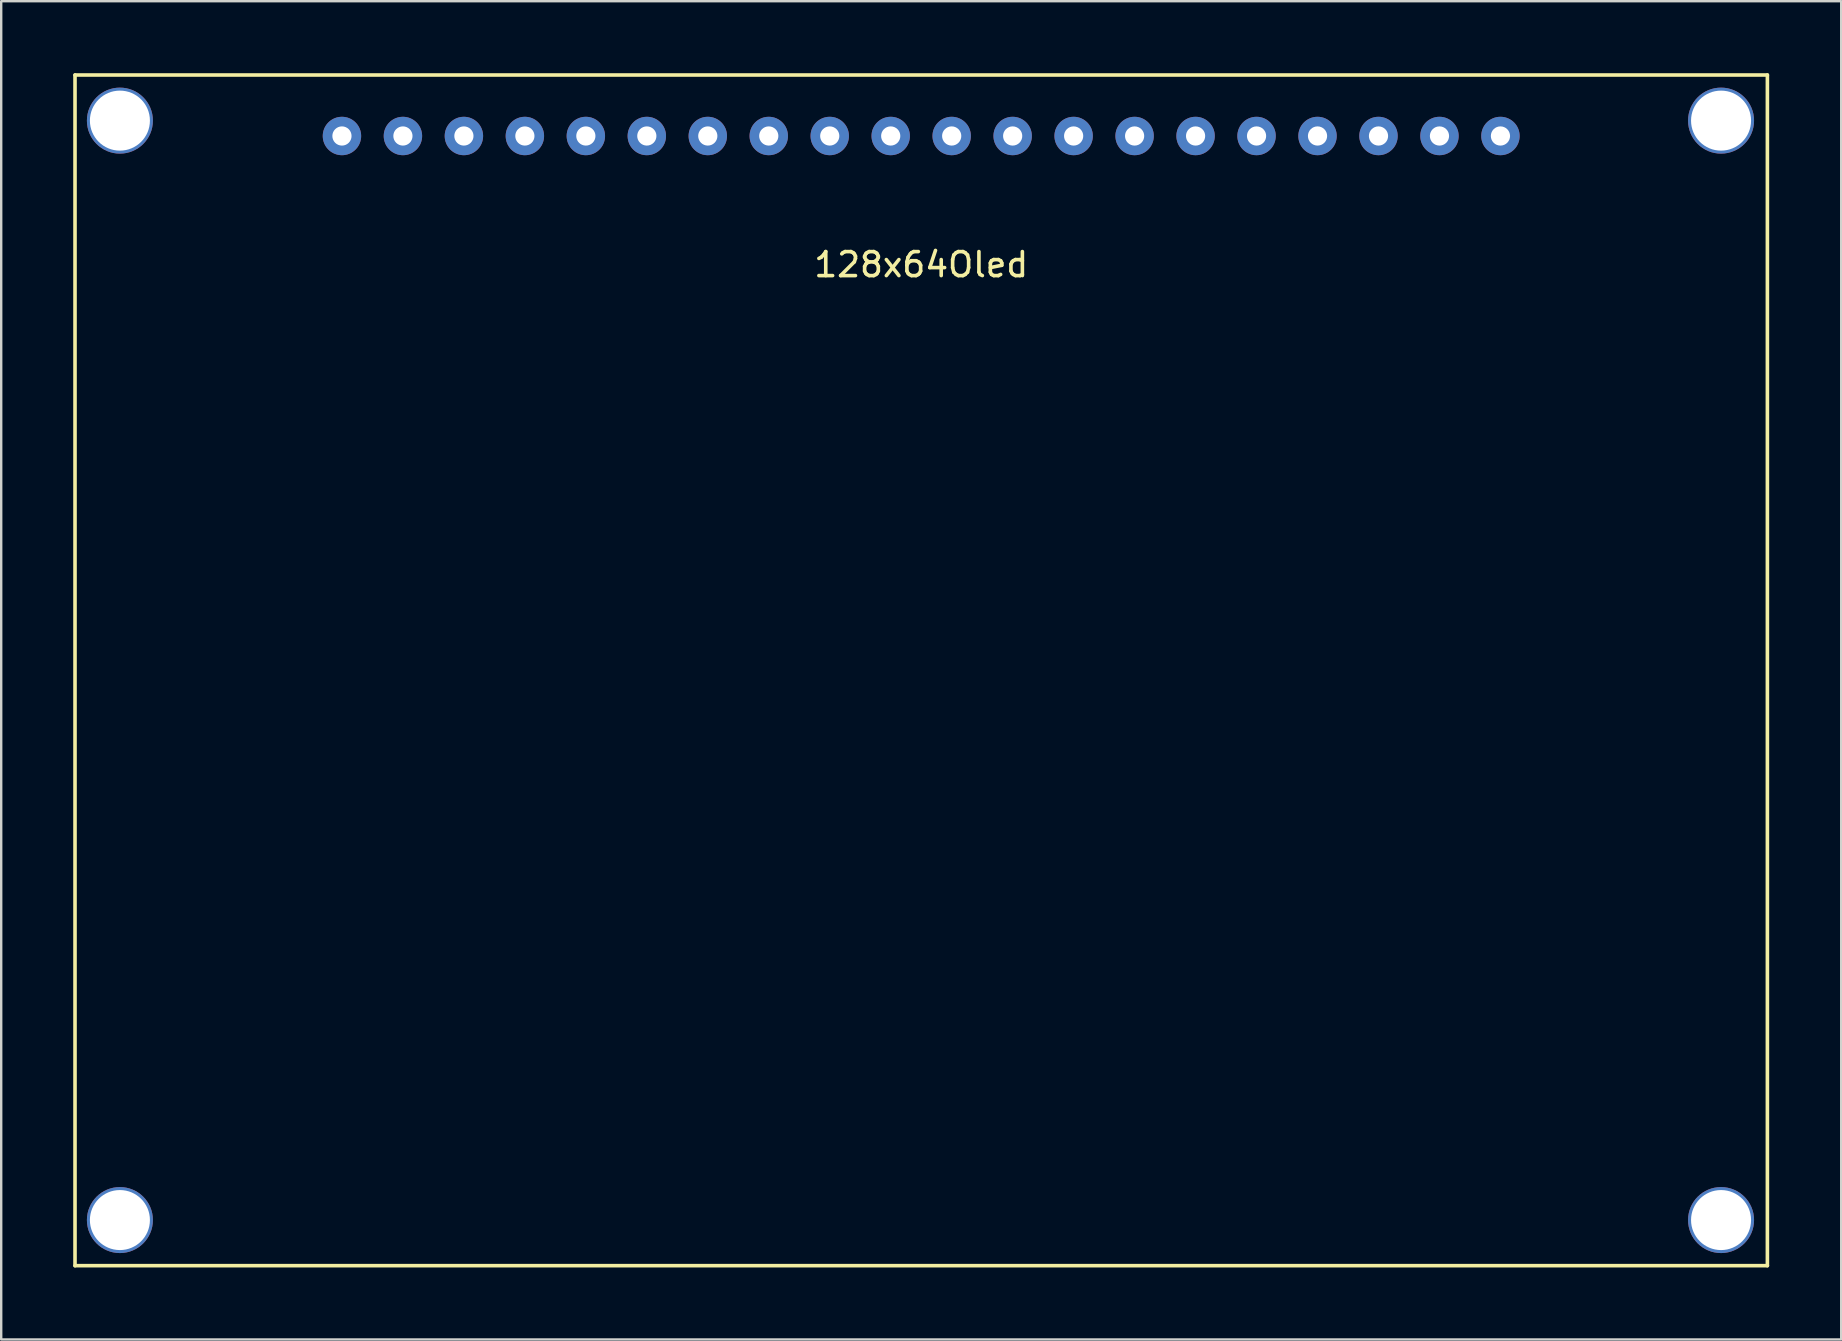
<source format=kicad_pcb>
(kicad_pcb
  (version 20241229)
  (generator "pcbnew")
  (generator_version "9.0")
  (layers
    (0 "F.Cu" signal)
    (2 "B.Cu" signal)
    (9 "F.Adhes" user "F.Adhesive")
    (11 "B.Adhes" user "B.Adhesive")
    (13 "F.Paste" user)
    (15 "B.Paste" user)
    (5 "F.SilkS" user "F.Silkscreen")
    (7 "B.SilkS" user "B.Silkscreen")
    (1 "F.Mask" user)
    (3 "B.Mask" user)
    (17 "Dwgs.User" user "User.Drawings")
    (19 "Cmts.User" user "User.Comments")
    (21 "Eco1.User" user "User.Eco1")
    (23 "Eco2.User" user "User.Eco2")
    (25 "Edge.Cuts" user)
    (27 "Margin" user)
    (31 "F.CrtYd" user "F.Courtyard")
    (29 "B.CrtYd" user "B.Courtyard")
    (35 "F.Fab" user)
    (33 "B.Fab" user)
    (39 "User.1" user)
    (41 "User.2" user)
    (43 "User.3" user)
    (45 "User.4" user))
  (footprint "128x64Oled"
    (layer "F.Cu")
    (at 35.325 24.875)
    (property "Reference" "128x64Oled" (at 0 -16.9 0) (layer "F.SilkS") (effects (font (size 1 1) (thickness 0.15))))
    (attr through_hole)
    (fp_line (start -35.25 -24.8) (end -35.25 24.8) (stroke (width 0.15) (type solid)) (layer "F.SilkS"))
    (fp_line (start -35.25 -24.8) (end 35.25 -24.8) (stroke (width 0.15) (type solid)) (layer "F.SilkS"))
    (fp_line (start -35.25 24.8) (end 35.25 24.8) (stroke (width 0.15) (type solid)) (layer "F.SilkS"))
    (fp_line (start 35.25 -24.8) (end 35.25 24.8) (stroke (width 0.15) (type solid)) (layer "F.SilkS"))
    (pad "" np_thru_hole circle (at -33.38 -22.9) (size 2.75 2.75) (drill 2.5) (layers "*.Cu" "*.Mask"))
    (pad "" np_thru_hole circle (at -33.38 22.9) (size 2.75 2.75) (drill 2.5) (layers "*.Cu" "*.Mask"))
    (pad "" np_thru_hole circle (at 33.32 -22.9) (size 2.75 2.75) (drill 2.5) (layers "*.Cu" "*.Mask"))
    (pad "" np_thru_hole circle (at 33.32 22.9) (size 2.75 2.75) (drill 2.5) (layers "*.Cu" "*.Mask"))
    (pad "1" thru_hole circle (at -24.13 -22.26) (size 1.6 1.6) (drill 0.8) (layers "*.Cu" "*.Mask"))
    (pad "2" thru_hole circle (at -21.59 -22.26) (size 1.6 1.6) (drill 0.8) (layers "*.Cu" "*.Mask"))
    (pad "3" thru_hole circle (at -19.05 -22.26) (size 1.6 1.6) (drill 0.8) (layers "*.Cu" "*.Mask"))
    (pad "4" thru_hole circle (at -16.51 -22.26) (size 1.6 1.6) (drill 0.8) (layers "*.Cu" "*.Mask"))
    (pad "5" thru_hole circle (at -13.97 -22.26) (size 1.6 1.6) (drill 0.8) (layers "*.Cu" "*.Mask"))
    (pad "6" thru_hole circle (at -11.43 -22.26) (size 1.6 1.6) (drill 0.8) (layers "*.Cu" "*.Mask"))
    (pad "7" thru_hole circle (at -8.89 -22.26) (size 1.6 1.6) (drill 0.8) (layers "*.Cu" "*.Mask"))
    (pad "8" thru_hole circle (at -6.35 -22.26) (size 1.6 1.6) (drill 0.8) (layers "*.Cu" "*.Mask"))
    (pad "9" thru_hole circle (at -3.81 -22.26) (size 1.6 1.6) (drill 0.8) (layers "*.Cu" "*.Mask"))
    (pad "10" thru_hole circle (at -1.27 -22.26) (size 1.6 1.6) (drill 0.8) (layers "*.Cu" "*.Mask"))
    (pad "11" thru_hole circle (at 1.27 -22.26) (size 1.6 1.6) (drill 0.8) (layers "*.Cu" "*.Mask"))
    (pad "12" thru_hole circle (at 3.81 -22.26) (size 1.6 1.6) (drill 0.8) (layers "*.Cu" "*.Mask"))
    (pad "13" thru_hole circle (at 6.35 -22.26) (size 1.6 1.6) (drill 0.8) (layers "*.Cu" "*.Mask"))
    (pad "14" thru_hole circle (at 8.89 -22.26) (size 1.6 1.6) (drill 0.8) (layers "*.Cu" "*.Mask"))
    (pad "15" thru_hole circle (at 11.43 -22.26) (size 1.6 1.6) (drill 0.8) (layers "*.Cu" "*.Mask"))
    (pad "16" thru_hole circle (at 13.97 -22.26) (size 1.6 1.6) (drill 0.8) (layers "*.Cu" "*.Mask"))
    (pad "17" thru_hole circle (at 16.51 -22.26) (size 1.6 1.6) (drill 0.8) (layers "*.Cu" "*.Mask"))
    (pad "18" thru_hole circle (at 19.05 -22.26) (size 1.6 1.6) (drill 0.8) (layers "*.Cu" "*.Mask"))
    (pad "19" thru_hole circle (at 21.59 -22.26) (size 1.6 1.6) (drill 0.8) (layers "*.Cu" "*.Mask"))
    (pad "20" thru_hole circle (at 24.13 -22.26) (size 1.6 1.6) (drill 0.8) (layers "*.Cu" "*.Mask")))
  (gr_rect
    (start -3 -3)
    (end 73.65 52.75)
    (stroke (width 0.1) (type default))
    (fill no)
    (layer "Edge.Cuts")))
</source>
